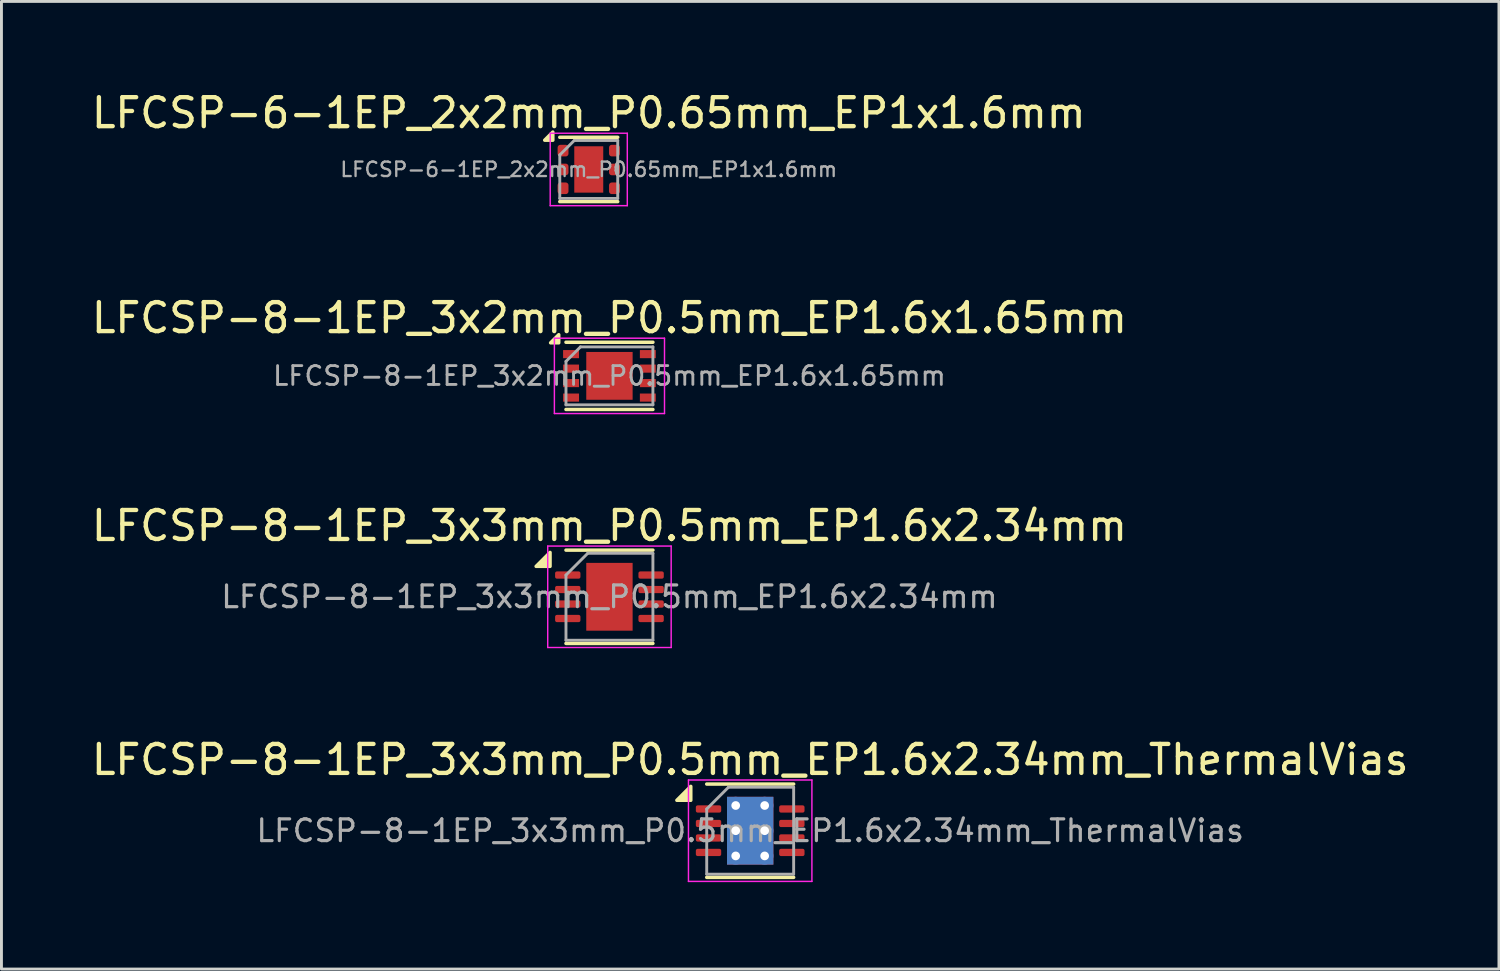
<source format=kicad_pcb>
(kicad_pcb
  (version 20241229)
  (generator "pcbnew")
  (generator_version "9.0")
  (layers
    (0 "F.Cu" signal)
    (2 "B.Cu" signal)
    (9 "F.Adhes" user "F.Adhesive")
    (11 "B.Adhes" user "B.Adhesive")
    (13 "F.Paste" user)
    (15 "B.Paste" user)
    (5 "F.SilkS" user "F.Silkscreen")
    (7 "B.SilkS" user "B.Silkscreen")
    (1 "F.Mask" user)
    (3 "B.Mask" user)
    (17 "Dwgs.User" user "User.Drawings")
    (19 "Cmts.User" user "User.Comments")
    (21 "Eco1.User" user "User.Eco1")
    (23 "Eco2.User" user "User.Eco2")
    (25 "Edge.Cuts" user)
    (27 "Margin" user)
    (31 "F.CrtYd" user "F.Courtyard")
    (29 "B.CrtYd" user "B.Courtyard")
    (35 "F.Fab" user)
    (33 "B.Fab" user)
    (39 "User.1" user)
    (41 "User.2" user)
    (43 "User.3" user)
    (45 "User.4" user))
  (footprint "LFCSP-6-1EP_2x2mm_P0.65mm_EP1x1.6mm"
    (layer "F.Cu")
    (at 17.268 2.798)
    (property "Reference" "LFCSP-6-1EP_2x2mm_P0.65mm_EP1x1.6mm" (at 0 -1.95 0) (layer "F.SilkS") (effects (font (size 1 1) (thickness 0.15))))
    (attr smd)
    (fp_line (start -1 -1.11) (end 1 -1.11) (stroke (width 0.12) (type solid)) (layer "F.SilkS"))
    (fp_line (start -1 1.11) (end 1 1.11) (stroke (width 0.12) (type solid)) (layer "F.SilkS"))
    (fp_poly (pts (xy -1.24 -1.01) (xy -1.52 -1.01) (xy -1.24 -1.29) (xy -1.24 -1.01)) (stroke (width 0.12) (type solid)) (fill yes) (layer "F.SilkS"))
    (fp_line (start -1.33 -1.25) (end -1.33 1.25) (stroke (width 0.05) (type solid)) (layer "F.CrtYd"))
    (fp_line (start -1.33 1.25) (end 1.33 1.25) (stroke (width 0.05) (type solid)) (layer "F.CrtYd"))
    (fp_line (start 1.33 -1.25) (end -1.33 -1.25) (stroke (width 0.05) (type solid)) (layer "F.CrtYd"))
    (fp_line (start 1.33 1.25) (end 1.33 -1.25) (stroke (width 0.05) (type solid)) (layer "F.CrtYd"))
    (fp_line (start -1 -0.5) (end -0.5 -1) (stroke (width 0.1) (type solid)) (layer "F.Fab"))
    (fp_line (start -1 1) (end -1 -0.5) (stroke (width 0.1) (type solid)) (layer "F.Fab"))
    (fp_line (start -0.5 -1) (end 1 -1) (stroke (width 0.1) (type solid)) (layer "F.Fab"))
    (fp_line (start 1 -1) (end 1 1) (stroke (width 0.1) (type solid)) (layer "F.Fab"))
    (fp_line (start 1 1) (end -1 1) (stroke (width 0.1) (type solid)) (layer "F.Fab"))
    (fp_text user "${REFERENCE}" (at 0 0 0) (layer "F.Fab") (effects (font (size 0.5 0.5) (thickness 0.08))))
    (pad "" smd roundrect (at -0.25 -0.4) (size 0.4 0.64) (layers "F.Paste") (roundrect_rratio 0.25))
    (pad "" smd roundrect (at -0.25 0.4) (size 0.4 0.64) (layers "F.Paste") (roundrect_rratio 0.25))
    (pad "" smd roundrect (at 0.25 -0.4) (size 0.4 0.64) (layers "F.Paste") (roundrect_rratio 0.25))
    (pad "" smd roundrect (at 0.25 0.4) (size 0.4 0.64) (layers "F.Paste") (roundrect_rratio 0.25))
    (pad "1" smd roundrect (at -0.887 -0.65) (size 0.375 0.4) (layers "F.Cu" "F.Mask" "F.Paste") (roundrect_rratio 0.25))
    (pad "2" smd roundrect (at -0.887 0) (size 0.375 0.4) (layers "F.Cu" "F.Mask" "F.Paste") (roundrect_rratio 0.25))
    (pad "3" smd roundrect (at -0.887 0.65) (size 0.375 0.4) (layers "F.Cu" "F.Mask" "F.Paste") (roundrect_rratio 0.25))
    (pad "4" smd roundrect (at 0.887 0.65) (size 0.375 0.4) (layers "F.Cu" "F.Mask" "F.Paste") (roundrect_rratio 0.25))
    (pad "5" smd roundrect (at 0.887 0) (size 0.375 0.4) (layers "F.Cu" "F.Mask" "F.Paste") (roundrect_rratio 0.25))
    (pad "6" smd roundrect (at 0.887 -0.65) (size 0.375 0.4) (layers "F.Cu" "F.Mask" "F.Paste") (roundrect_rratio 0.25))
    (pad "7" smd rect (at 0 0) (size 1 1.6) (property pad_prop_heatsink) (layers "F.Cu" "F.Mask")))
  (footprint "LFCSP-8-1EP_3x2mm_P0.5mm_EP1.6x1.65mm"
    (layer "F.Cu")
    (at 17.982 9.921)
    (property "Reference" "LFCSP-8-1EP_3x2mm_P0.5mm_EP1.6x1.65mm" (at 0 -2 0) (layer "F.SilkS") (effects (font (size 1 1) (thickness 0.15))))
    (attr smd)
    (fp_line (start 1.5 -1.16) (end -1.5 -1.16) (stroke (width 0.12) (type solid)) (layer "F.SilkS"))
    (fp_line (start 1.5 1.16) (end -1.5 1.16) (stroke (width 0.12) (type solid)) (layer "F.SilkS"))
    (fp_poly (pts (xy -1.75 -1.14) (xy -2.03 -1.14) (xy -1.75 -1.42) (xy -1.75 -1.14)) (stroke (width 0.12) (type solid)) (fill yes) (layer "F.SilkS"))
    (fp_line (start -1.9 -1.3) (end 1.9 -1.3) (stroke (width 0.05) (type solid)) (layer "F.CrtYd"))
    (fp_line (start -1.9 1.3) (end -1.9 -1.3) (stroke (width 0.05) (type solid)) (layer "F.CrtYd"))
    (fp_line (start 1.9 -1.3) (end 1.9 1.3) (stroke (width 0.05) (type solid)) (layer "F.CrtYd"))
    (fp_line (start 1.9 1.3) (end -1.9 1.3) (stroke (width 0.05) (type solid)) (layer "F.CrtYd"))
    (fp_line (start -1.5 -0.5) (end -1.5 1) (stroke (width 0.1) (type solid)) (layer "F.Fab"))
    (fp_line (start -1 -1) (end -1.5 -0.5) (stroke (width 0.1) (type solid)) (layer "F.Fab"))
    (fp_line (start -1 -1) (end 1.5 -1) (stroke (width 0.1) (type solid)) (layer "F.Fab"))
    (fp_line (start 1.5 1) (end -1.5 1) (stroke (width 0.1) (type solid)) (layer "F.Fab"))
    (fp_line (start 1.5 1) (end 1.5 -1) (stroke (width 0.1) (type solid)) (layer "F.Fab"))
    (fp_text user "${REFERENCE}" (at 0 0 180) (layer "F.Fab") (effects (font (size 0.65 0.65) (thickness 0.098))))
    (pad "1" smd rect (at -1.325 -0.75) (size 0.55 0.28) (layers "F.Cu" "F.Mask" "F.Paste"))
    (pad "2" smd rect (at -1.325 -0.25) (size 0.55 0.28) (layers "F.Cu" "F.Mask" "F.Paste"))
    (pad "3" smd rect (at -1.325 0.25) (size 0.55 0.28) (layers "F.Cu" "F.Mask" "F.Paste"))
    (pad "4" smd rect (at -1.325 0.75) (size 0.55 0.28) (layers "F.Cu" "F.Mask" "F.Paste"))
    (pad "5" smd rect (at 1.325 0.75) (size 0.55 0.28) (layers "F.Cu" "F.Mask" "F.Paste"))
    (pad "6" smd rect (at 1.325 0.25) (size 0.55 0.28) (layers "F.Cu" "F.Mask" "F.Paste"))
    (pad "7" smd rect (at 1.325 -0.25) (size 0.55 0.28) (layers "F.Cu" "F.Mask" "F.Paste"))
    (pad "8" smd rect (at 1.325 -0.75) (size 0.55 0.28) (layers "F.Cu" "F.Mask" "F.Paste"))
    (pad "9" smd rect (at 0 0) (size 1.6 1.65) (layers "F.Cu" "F.Mask" "F.Paste")))
  (footprint "LFCSP-8-1EP_3x3mm_P0.5mm_EP1.6x2.34mm"
    (layer "F.Cu")
    (at 17.982 17.545)
    (property "Reference" "LFCSP-8-1EP_3x3mm_P0.5mm_EP1.6x2.34mm" (at 0 -2.45 0) (layer "F.SilkS") (effects (font (size 1 1) (thickness 0.15))))
    (attr smd)
    (fp_line (start -1.5 -1.61) (end 1.5 -1.61) (stroke (width 0.12) (type solid)) (layer "F.SilkS"))
    (fp_line (start -1.5 1.61) (end 1.5 1.61) (stroke (width 0.12) (type solid)) (layer "F.SilkS"))
    (fp_poly (pts (xy -2.05 -1.05) (xy -2.53 -1.05) (xy -2.05 -1.53) (xy -2.05 -1.05)) (stroke (width 0.12) (type solid)) (fill yes) (layer "F.SilkS"))
    (fp_line (start -2.13 -1.75) (end -2.13 1.75) (stroke (width 0.05) (type solid)) (layer "F.CrtYd"))
    (fp_line (start -2.13 1.75) (end 2.13 1.75) (stroke (width 0.05) (type solid)) (layer "F.CrtYd"))
    (fp_line (start 2.13 -1.75) (end -2.13 -1.75) (stroke (width 0.05) (type solid)) (layer "F.CrtYd"))
    (fp_line (start 2.13 1.75) (end 2.13 -1.75) (stroke (width 0.05) (type solid)) (layer "F.CrtYd"))
    (fp_line (start -1.5 -0.75) (end -0.75 -1.5) (stroke (width 0.1) (type solid)) (layer "F.Fab"))
    (fp_line (start -1.5 1.5) (end -1.5 -0.75) (stroke (width 0.1) (type solid)) (layer "F.Fab"))
    (fp_line (start -0.75 -1.5) (end 1.5 -1.5) (stroke (width 0.1) (type solid)) (layer "F.Fab"))
    (fp_line (start 1.5 -1.5) (end 1.5 1.5) (stroke (width 0.1) (type solid)) (layer "F.Fab"))
    (fp_line (start 1.5 1.5) (end -1.5 1.5) (stroke (width 0.1) (type solid)) (layer "F.Fab"))
    (fp_text user "${REFERENCE}" (at 0 0 0) (layer "F.Fab") (effects (font (size 0.75 0.75) (thickness 0.11))))
    (pad "" smd roundrect (at -0.4 -0.585) (size 0.64 0.94) (layers "F.Paste") (roundrect_rratio 0.25))
    (pad "" smd roundrect (at -0.4 0.585) (size 0.64 0.94) (layers "F.Paste") (roundrect_rratio 0.25))
    (pad "" smd roundrect (at 0.4 -0.585) (size 0.64 0.94) (layers "F.Paste") (roundrect_rratio 0.25))
    (pad "" smd roundrect (at 0.4 0.585) (size 0.64 0.94) (layers "F.Paste") (roundrect_rratio 0.25))
    (pad "1" smd roundrect (at -1.438 -0.75) (size 0.875 0.25) (layers "F.Cu" "F.Mask" "F.Paste") (roundrect_rratio 0.25))
    (pad "2" smd roundrect (at -1.438 -0.25) (size 0.875 0.25) (layers "F.Cu" "F.Mask" "F.Paste") (roundrect_rratio 0.25))
    (pad "3" smd roundrect (at -1.438 0.25) (size 0.875 0.25) (layers "F.Cu" "F.Mask" "F.Paste") (roundrect_rratio 0.25))
    (pad "4" smd roundrect (at -1.438 0.75) (size 0.875 0.25) (layers "F.Cu" "F.Mask" "F.Paste") (roundrect_rratio 0.25))
    (pad "5" smd roundrect (at 1.438 0.75) (size 0.875 0.25) (layers "F.Cu" "F.Mask" "F.Paste") (roundrect_rratio 0.25))
    (pad "6" smd roundrect (at 1.438 0.25) (size 0.875 0.25) (layers "F.Cu" "F.Mask" "F.Paste") (roundrect_rratio 0.25))
    (pad "7" smd roundrect (at 1.438 -0.25) (size 0.875 0.25) (layers "F.Cu" "F.Mask" "F.Paste") (roundrect_rratio 0.25))
    (pad "8" smd roundrect (at 1.438 -0.75) (size 0.875 0.25) (layers "F.Cu" "F.Mask" "F.Paste") (roundrect_rratio 0.25))
    (pad "9" smd rect (at 0 0) (size 1.6 2.34) (property pad_prop_heatsink) (layers "F.Cu" "F.Mask")))
  (footprint "LFCSP-8-1EP_3x3mm_P0.5mm_EP1.6x2.34mm_ThermalVias"
    (layer "F.Cu")
    (at 22.839 25.618)
    (property "Reference" "LFCSP-8-1EP_3x3mm_P0.5mm_EP1.6x2.34mm_ThermalVias" (at 0 -2.45 0) (layer "F.SilkS") (effects (font (size 1 1) (thickness 0.15))))
    (attr smd)
    (fp_line (start -1.5 -1.61) (end 1.5 -1.61) (stroke (width 0.12) (type solid)) (layer "F.SilkS"))
    (fp_line (start -1.5 1.61) (end 1.5 1.61) (stroke (width 0.12) (type solid)) (layer "F.SilkS"))
    (fp_poly (pts (xy -2.05 -1.05) (xy -2.53 -1.05) (xy -2.05 -1.53) (xy -2.05 -1.05)) (stroke (width 0.12) (type solid)) (fill yes) (layer "F.SilkS"))
    (fp_line (start -2.13 -1.75) (end -2.13 1.75) (stroke (width 0.05) (type solid)) (layer "F.CrtYd"))
    (fp_line (start -2.13 1.75) (end 2.13 1.75) (stroke (width 0.05) (type solid)) (layer "F.CrtYd"))
    (fp_line (start 2.13 -1.75) (end -2.13 -1.75) (stroke (width 0.05) (type solid)) (layer "F.CrtYd"))
    (fp_line (start 2.13 1.75) (end 2.13 -1.75) (stroke (width 0.05) (type solid)) (layer "F.CrtYd"))
    (fp_line (start -1.5 -0.75) (end -0.75 -1.5) (stroke (width 0.1) (type solid)) (layer "F.Fab"))
    (fp_line (start -1.5 1.5) (end -1.5 -0.75) (stroke (width 0.1) (type solid)) (layer "F.Fab"))
    (fp_line (start -0.75 -1.5) (end 1.5 -1.5) (stroke (width 0.1) (type solid)) (layer "F.Fab"))
    (fp_line (start 1.5 -1.5) (end 1.5 1.5) (stroke (width 0.1) (type solid)) (layer "F.Fab"))
    (fp_line (start 1.5 1.5) (end -1.5 1.5) (stroke (width 0.1) (type solid)) (layer "F.Fab"))
    (fp_text user "${REFERENCE}" (at 0 0 0) (layer "F.Fab") (effects (font (size 0.75 0.75) (thickness 0.11))))
    (pad "" smd roundrect (at -0.4 -0.585) (size 0.69 1.01) (layers "F.Paste") (roundrect_rratio 0.25))
    (pad "" smd roundrect (at -0.4 0.585) (size 0.69 1.01) (layers "F.Paste") (roundrect_rratio 0.25))
    (pad "" smd roundrect (at 0.4 -0.585) (size 0.69 1.01) (layers "F.Paste") (roundrect_rratio 0.25))
    (pad "" smd roundrect (at 0.4 0.585) (size 0.69 1.01) (layers "F.Paste") (roundrect_rratio 0.25))
    (pad "1" smd roundrect (at -1.438 -0.75) (size 0.875 0.25) (layers "F.Cu" "F.Mask" "F.Paste") (roundrect_rratio 0.25))
    (pad "2" smd roundrect (at -1.438 -0.25) (size 0.875 0.25) (layers "F.Cu" "F.Mask" "F.Paste") (roundrect_rratio 0.25))
    (pad "3" smd roundrect (at -1.438 0.25) (size 0.875 0.25) (layers "F.Cu" "F.Mask" "F.Paste") (roundrect_rratio 0.25))
    (pad "4" smd roundrect (at -1.438 0.75) (size 0.875 0.25) (layers "F.Cu" "F.Mask" "F.Paste") (roundrect_rratio 0.25))
    (pad "5" smd roundrect (at 1.438 0.75) (size 0.875 0.25) (layers "F.Cu" "F.Mask" "F.Paste") (roundrect_rratio 0.25))
    (pad "6" smd roundrect (at 1.438 0.25) (size 0.875 0.25) (layers "F.Cu" "F.Mask" "F.Paste") (roundrect_rratio 0.25))
    (pad "7" smd roundrect (at 1.438 -0.25) (size 0.875 0.25) (layers "F.Cu" "F.Mask" "F.Paste") (roundrect_rratio 0.25))
    (pad "8" smd roundrect (at 1.438 -0.75) (size 0.875 0.25) (layers "F.Cu" "F.Mask" "F.Paste") (roundrect_rratio 0.25))
    (pad "9" thru_hole circle (at -0.5 -0.87) (size 0.6 0.6) (drill 0.3) (property pad_prop_heatsink) (layers "*.Cu"))
    (pad "9" thru_hole circle (at -0.5 0) (size 0.6 0.6) (drill 0.3) (property pad_prop_heatsink) (layers "*.Cu"))
    (pad "9" thru_hole circle (at -0.5 0.87) (size 0.6 0.6) (drill 0.3) (property pad_prop_heatsink) (layers "*.Cu"))
    (pad "9" smd rect (at 0 0) (size 1.6 2.34) (property pad_prop_heatsink) (layers "F.Cu" "F.Mask"))
    (pad "9" smd rect (at 0 0) (size 1.6 2.34) (property pad_prop_heatsink) (layers "B.Cu"))
    (pad "9" thru_hole circle (at 0.5 -0.87) (size 0.6 0.6) (drill 0.3) (property pad_prop_heatsink) (layers "*.Cu"))
    (pad "9" thru_hole circle (at 0.5 0) (size 0.6 0.6) (drill 0.3) (property pad_prop_heatsink) (layers "*.Cu"))
    (pad "9" thru_hole circle (at 0.5 0.87) (size 0.6 0.6) (drill 0.3) (property pad_prop_heatsink) (layers "*.Cu")))
  (gr_rect
    (start -3 -3)
    (end 48.679 30.393)
    (stroke (width 0.1) (type default))
    (fill no)
    (layer "Edge.Cuts")))
</source>
